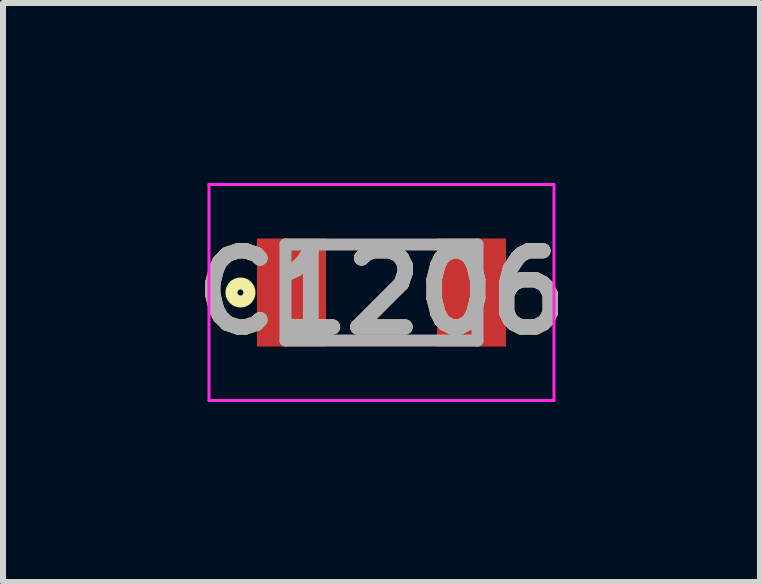
<source format=kicad_pcb>
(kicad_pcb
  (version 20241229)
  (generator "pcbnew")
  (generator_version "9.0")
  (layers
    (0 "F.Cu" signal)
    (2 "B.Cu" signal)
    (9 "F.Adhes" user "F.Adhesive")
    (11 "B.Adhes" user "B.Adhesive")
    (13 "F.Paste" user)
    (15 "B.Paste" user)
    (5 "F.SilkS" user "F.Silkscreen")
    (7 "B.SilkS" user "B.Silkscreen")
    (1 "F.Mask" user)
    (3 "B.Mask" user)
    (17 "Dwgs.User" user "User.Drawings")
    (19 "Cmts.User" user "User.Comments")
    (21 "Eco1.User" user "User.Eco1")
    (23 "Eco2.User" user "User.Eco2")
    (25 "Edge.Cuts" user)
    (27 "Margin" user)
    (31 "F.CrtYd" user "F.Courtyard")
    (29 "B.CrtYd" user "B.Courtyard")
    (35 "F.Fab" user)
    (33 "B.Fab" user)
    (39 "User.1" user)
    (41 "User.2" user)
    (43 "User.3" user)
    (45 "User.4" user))
  (footprint "C1206"
    (layer "F.Cu")
    (at 3.308 1.825)
    (property "Reference" "C1206" (at 0 0 0) (layer "F.SilkS") (effects (font (size 1.27 1.27) (thickness 0.254))))
    (attr smd)
    (fp_circle (center -2.35 0) (end -2.35 0.05) (stroke (width 0.2) (type solid)) (fill no) (layer "F.SilkS"))
    (fp_line (start -2.875 -1.8) (end 2.875 -1.8) (stroke (width 0.05) (type solid)) (layer "F.CrtYd"))
    (fp_line (start -2.875 1.8) (end -2.875 -1.8) (stroke (width 0.05) (type solid)) (layer "F.CrtYd"))
    (fp_line (start 2.875 -1.8) (end 2.875 1.8) (stroke (width 0.05) (type solid)) (layer "F.CrtYd"))
    (fp_line (start 2.875 1.8) (end -2.875 1.8) (stroke (width 0.05) (type solid)) (layer "F.CrtYd"))
    (fp_line (start -1.6 -0.8) (end 1.6 -0.8) (stroke (width 0.2) (type solid)) (layer "F.Fab"))
    (fp_line (start -1.6 0.8) (end -1.6 -0.8) (stroke (width 0.2) (type solid)) (layer "F.Fab"))
    (fp_line (start 1.6 -0.8) (end 1.6 0.8) (stroke (width 0.2) (type solid)) (layer "F.Fab"))
    (fp_line (start 1.6 0.8) (end -1.6 0.8) (stroke (width 0.2) (type solid)) (layer "F.Fab"))
    (fp_text user "${REFERENCE}" (at 0 0 0) (layer "F.Fab") (effects (font (size 1.27 1.27) (thickness 0.254))))
    (pad "1" smd rect (at -1.5 0) (size 1.15 1.8) (layers "F.Cu" "F.Mask" "F.Paste"))
    (pad "2" smd rect (at 1.5 0) (size 1.15 1.8) (layers "F.Cu" "F.Mask" "F.Paste")))
  (gr_rect
    (start -3 -3)
    (end 9.616 6.65)
    (stroke (width 0.1) (type default))
    (fill no)
    (layer "Edge.Cuts")))
</source>
